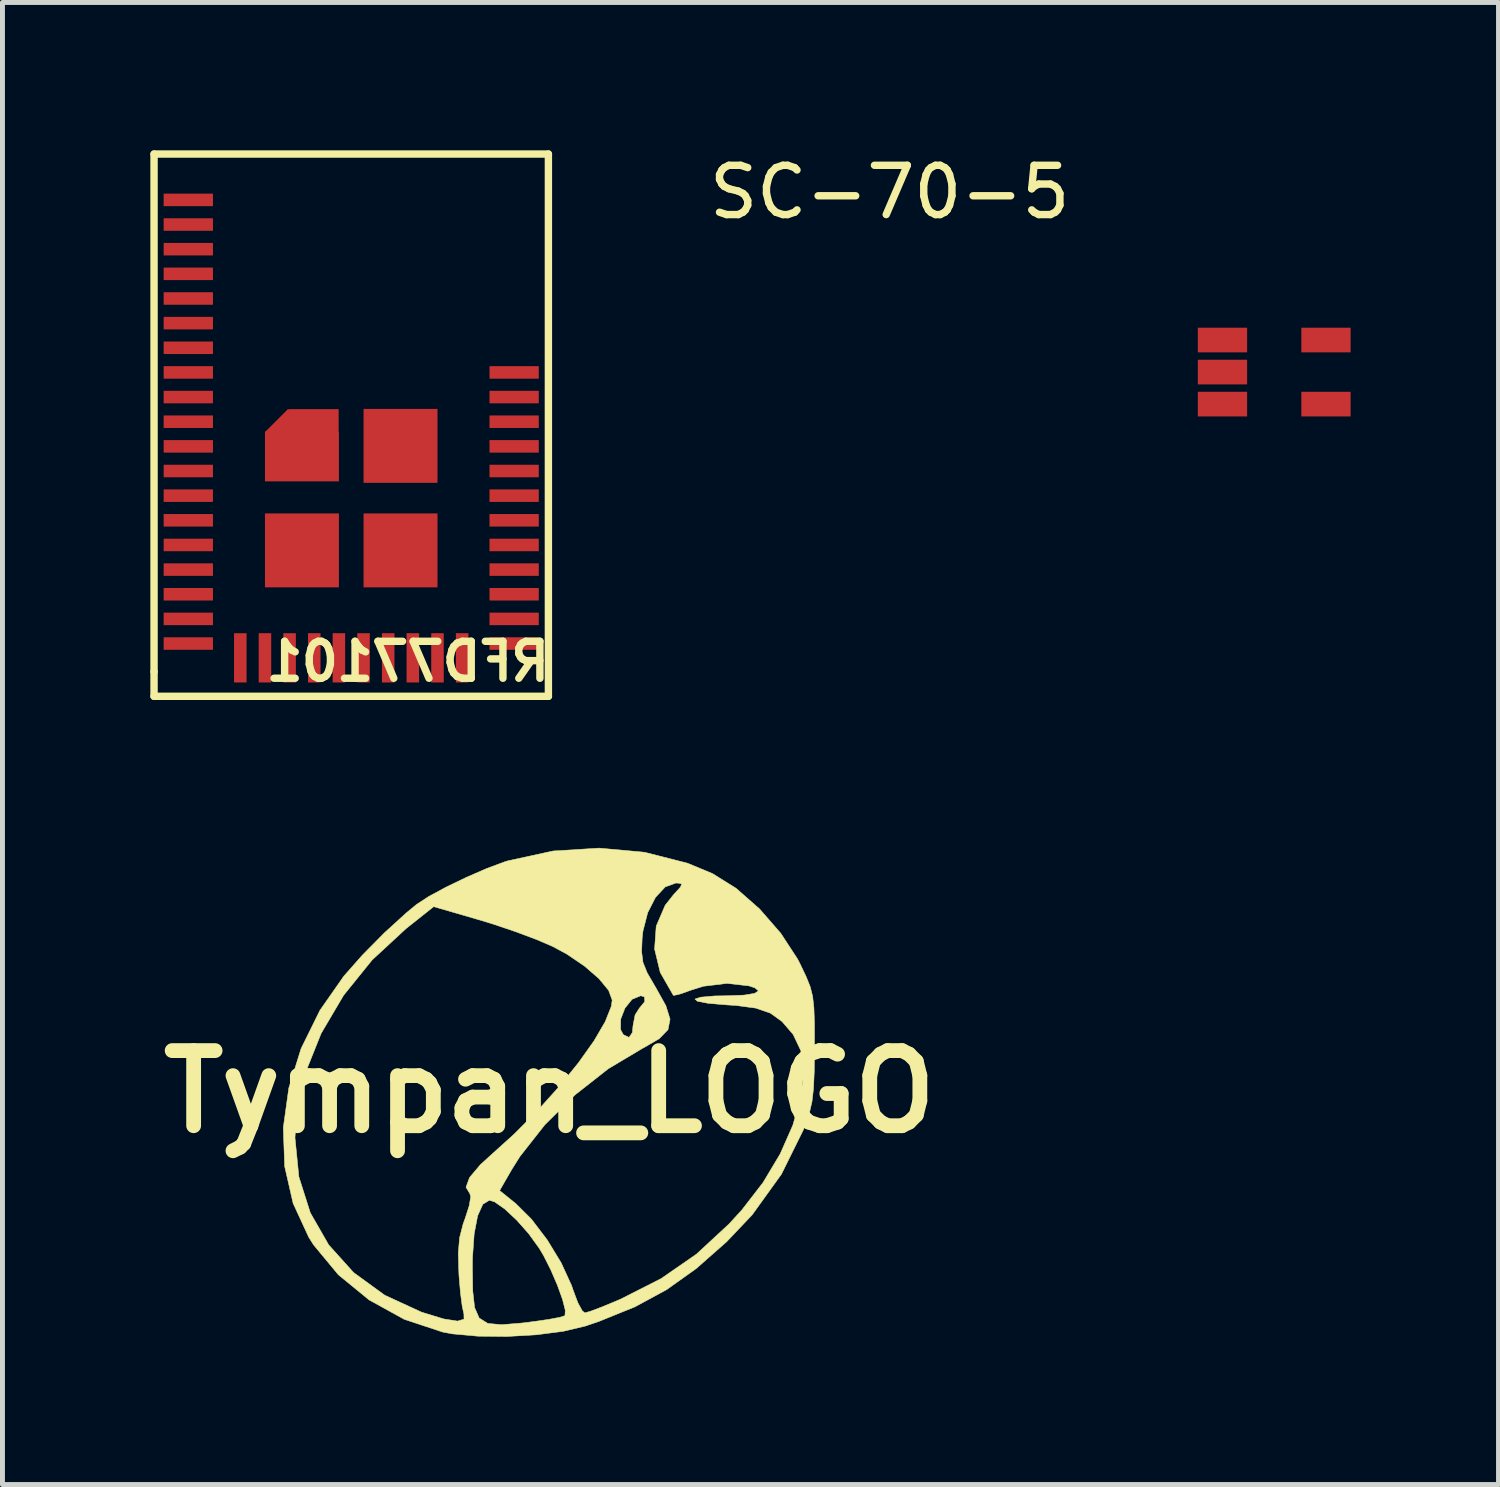
<source format=kicad_pcb>
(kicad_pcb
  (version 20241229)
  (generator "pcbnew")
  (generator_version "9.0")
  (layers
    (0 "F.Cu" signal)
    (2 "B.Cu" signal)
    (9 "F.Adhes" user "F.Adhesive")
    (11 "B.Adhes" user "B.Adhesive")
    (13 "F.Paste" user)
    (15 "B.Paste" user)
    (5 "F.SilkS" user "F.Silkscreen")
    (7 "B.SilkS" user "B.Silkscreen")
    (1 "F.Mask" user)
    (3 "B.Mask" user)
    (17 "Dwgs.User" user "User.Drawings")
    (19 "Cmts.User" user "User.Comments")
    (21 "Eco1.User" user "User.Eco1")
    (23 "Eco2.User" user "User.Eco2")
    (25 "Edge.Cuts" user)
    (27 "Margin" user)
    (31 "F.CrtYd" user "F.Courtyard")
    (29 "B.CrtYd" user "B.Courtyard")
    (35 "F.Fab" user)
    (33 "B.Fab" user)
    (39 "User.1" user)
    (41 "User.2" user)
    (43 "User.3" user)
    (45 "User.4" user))
  (footprint "RFD77101"
    (layer "F.Cu")
    (at 4.075 5.575)
    (property "Reference" "RFD77101" (at 1.149 4.795 0) (layer "F.SilkS") (effects (font (size 0.75 0.75) (thickness 0.15)) (justify mirror)))
    (attr through_hole)
    (fp_line (start -4 -5.5) (end 4 -5.5) (stroke (width 0.15) (type solid)) (layer "F.SilkS"))
    (fp_line (start -4 5) (end -4 -5.5) (stroke (width 0.15) (type solid)) (layer "F.SilkS"))
    (fp_line (start -4 5) (end -4 5.5) (stroke (width 0.15) (type solid)) (layer "F.SilkS"))
    (fp_line (start -4 5.5) (end 4 5.5) (stroke (width 0.15) (type solid)) (layer "F.SilkS"))
    (fp_line (start 4 5.5) (end 4 -5.5) (stroke (width 0.15) (type solid)) (layer "F.SilkS"))
    (pad "1" smd rect (at -3.305 -4.57) (size 1 0.254) (layers "F.Cu" "F.Mask" "F.Paste"))
    (pad "2" smd rect (at -3.305 -4.07) (size 1 0.254) (layers "F.Cu" "F.Mask" "F.Paste"))
    (pad "3" smd rect (at -3.305 -3.57) (size 1 0.254) (layers "F.Cu" "F.Mask" "F.Paste"))
    (pad "4" smd rect (at -3.305 -3.07) (size 1 0.254) (layers "F.Cu" "F.Mask" "F.Paste"))
    (pad "5" smd rect (at -3.305 -2.57) (size 1 0.254) (layers "F.Cu" "F.Mask" "F.Paste"))
    (pad "6" smd rect (at -3.305 -2.07) (size 1 0.254) (layers "F.Cu" "F.Mask" "F.Paste"))
    (pad "7" smd rect (at -3.305 -1.57) (size 1 0.254) (layers "F.Cu" "F.Mask" "F.Paste"))
    (pad "8" smd rect (at -3.305 -1.07) (size 1 0.254) (layers "F.Cu" "F.Mask" "F.Paste"))
    (pad "9" smd rect (at -3.305 -0.57) (size 1 0.254) (layers "F.Cu" "F.Mask" "F.Paste"))
    (pad "10" smd rect (at -3.305 -0.07) (size 1 0.254) (layers "F.Cu" "F.Mask" "F.Paste"))
    (pad "11" smd rect (at -3.305 0.43) (size 1 0.254) (layers "F.Cu" "F.Mask" "F.Paste"))
    (pad "12" smd rect (at -3.305 0.93) (size 1 0.254) (layers "F.Cu" "F.Mask" "F.Paste"))
    (pad "13" smd rect (at -3.305 1.43) (size 1 0.254) (layers "F.Cu" "F.Mask" "F.Paste"))
    (pad "14" smd rect (at -3.305 1.93) (size 1 0.254) (layers "F.Cu" "F.Mask" "F.Paste"))
    (pad "15" smd rect (at -3.305 2.43) (size 1 0.254) (layers "F.Cu" "F.Mask" "F.Paste"))
    (pad "16" smd rect (at -3.305 2.93) (size 1 0.254) (layers "F.Cu" "F.Mask" "F.Paste"))
    (pad "17" smd rect (at -3.305 3.43) (size 1 0.254) (layers "F.Cu" "F.Mask" "F.Paste"))
    (pad "18" smd rect (at -3.305 3.93) (size 1 0.254) (layers "F.Cu" "F.Mask" "F.Paste"))
    (pad "19" smd rect (at -3.305 4.43) (size 1 0.254) (layers "F.Cu" "F.Mask" "F.Paste"))
    (pad "20" smd rect (at -2.25 4.72) (size 0.254 1) (layers "F.Cu" "F.Mask" "F.Paste"))
    (pad "21" smd rect (at -1.75 4.72) (size 0.254 1) (layers "F.Cu" "F.Mask" "F.Paste"))
    (pad "22" smd rect (at -1.25 4.72) (size 0.254 1) (layers "F.Cu" "F.Mask" "F.Paste"))
    (pad "23" smd rect (at -0.75 4.72) (size 0.254 1) (layers "F.Cu" "F.Mask" "F.Paste"))
    (pad "24" smd rect (at -0.25 4.72) (size 0.254 1) (layers "F.Cu" "F.Mask" "F.Paste"))
    (pad "25" smd rect (at 0.25 4.72) (size 0.254 1) (layers "F.Cu" "F.Mask" "F.Paste"))
    (pad "26" smd rect (at 0.75 4.72) (size 0.254 1) (layers "F.Cu" "F.Mask" "F.Paste"))
    (pad "27" smd rect (at 1.25 4.72) (size 0.254 1) (layers "F.Cu" "F.Mask" "F.Paste"))
    (pad "28" smd rect (at 1.75 4.72) (size 0.254 1) (layers "F.Cu" "F.Mask" "F.Paste"))
    (pad "29" smd rect (at 2.25 4.72) (size 0.254 1) (layers "F.Cu" "F.Mask" "F.Paste"))
    (pad "30" smd rect (at 3.305 4.43) (size 1 0.254) (layers "F.Cu" "F.Mask" "F.Paste"))
    (pad "31" smd rect (at 3.305 3.93) (size 1 0.254) (layers "F.Cu" "F.Mask" "F.Paste"))
    (pad "32" smd rect (at 3.305 3.43) (size 1 0.254) (layers "F.Cu" "F.Mask" "F.Paste"))
    (pad "33" smd rect (at 3.305 2.93) (size 1 0.254) (layers "F.Cu" "F.Mask" "F.Paste"))
    (pad "34" smd rect (at 3.305 2.43) (size 1 0.254) (layers "F.Cu" "F.Mask" "F.Paste"))
    (pad "35" smd rect (at 3.305 1.93) (size 1 0.254) (layers "F.Cu" "F.Mask" "F.Paste"))
    (pad "36" smd rect (at 3.305 1.43) (size 1 0.254) (layers "F.Cu" "F.Mask" "F.Paste"))
    (pad "37" smd rect (at 3.305 0.93) (size 1 0.254) (layers "F.Cu" "F.Mask" "F.Paste"))
    (pad "38" smd rect (at 3.305 0.43) (size 1 0.254) (layers "F.Cu" "F.Mask" "F.Paste"))
    (pad "39" smd rect (at 3.305 -0.07) (size 1 0.254) (layers "F.Cu" "F.Mask" "F.Paste"))
    (pad "40" smd rect (at 3.305 -0.57) (size 1 0.254) (layers "F.Cu" "F.Mask" "F.Paste"))
    (pad "41" smd rect (at 3.305 -1.07) (size 1 0.254) (layers "F.Cu" "F.Mask" "F.Paste"))
    (pad "42" smd trapezoid (at -1.28 -0.09) (size 0.48 0.47) (rect_delta 0 0.47) (layers "F.Cu" "F.Mask" "F.Paste"))
    (pad "42" smd rect (at -1 0.635) (size 1.5 1.01) (layers "F.Cu" "F.Mask" "F.Paste"))
    (pad "42" smd rect (at -0.76 -0.08) (size 1.01 0.49) (layers "F.Cu" "F.Mask" "F.Paste"))
    (pad "43" smd rect (at -1 2.54) (size 1.5 1.5) (layers "F.Cu" "F.Mask" "F.Paste"))
    (pad "44" smd rect (at 1 2.54) (size 1.5 1.5) (layers "F.Cu" "F.Mask" "F.Paste"))
    (pad "45" smd rect (at 1 0.42) (size 1.5 1.5) (layers "F.Cu" "F.Mask" "F.Paste")))
  (footprint "SC-70-5"
    (layer "F.Cu")
    (at 21.749 3.848)
    (property "Reference" "SC-70-5" (at -6.75 -3 0) (layer "F.SilkS") (effects (font (size 1 1) (thickness 0.15))))
    (attr through_hole)
    (pad "1" smd rect (at 0 0) (size 1 0.5) (layers "F.Cu" "F.Mask" "F.Paste"))
    (pad "2" smd rect (at 0 0.65) (size 1 0.5) (layers "F.Cu" "F.Mask" "F.Paste"))
    (pad "3" smd rect (at 0 1.3) (size 1 0.5) (layers "F.Cu" "F.Mask" "F.Paste"))
    (pad "4" smd rect (at 2.1 1.3) (size 1 0.5) (layers "F.Cu" "F.Mask" "F.Paste"))
    (pad "5" smd rect (at 2.1 0) (size 1 0.5) (layers "F.Cu" "F.Mask" "F.Paste")))
  (footprint "Tympan_LOGO"
    (layer "F.Cu")
    (at 8.099 19.097)
    (property "Reference" "Tympan_LOGO" (at 0 0 0) (layer "F.SilkS") (effects (font (size 1.524 1.524) (thickness 0.3))))
    (attr through_hole)
    (fp_poly (pts (xy 1.927 -4.858) (xy 2.798 -4.636) (xy 3.302 -4.427) (xy 3.782 -4.128) (xy 4.259 -3.709) (xy 4.689 -3.215) (xy 5.031 -2.692) (xy 5.087 -2.582) (xy 5.205 -2.334) (xy 5.286 -2.132) (xy 5.336 -1.935) (xy 5.362 -1.701) (xy 5.373 -1.387) (xy 5.374 -0.95) (xy 5.374 -0.889) (xy 5.369 -0.415) (xy 5.354 -0.066) (xy 5.323 0.202) (xy 5.269 0.434) (xy 5.187 0.675) (xy 5.148 0.773) (xy 4.703 1.673) (xy 4.11 2.497) (xy 3.592 3.043) (xy 2.974 3.588) (xy 2.373 4.016) (xy 1.733 4.363) (xy 1 4.66) (xy 0.72 4.755) (xy 0.277 4.86) (xy -0.272 4.931) (xy -0.87 4.965) (xy -1.455 4.959) (xy -1.97 4.912) (xy -2.17 4.875) (xy -2.948 4.617) (xy -3.662 4.223) (xy -4.285 3.713) (xy -4.789 3.105) (xy -4.886 2.951) (xy -5.203 2.263) (xy -5.374 1.515) (xy -5.395 0.934) (xy -5.165 0.934) (xy -5.086 1.727) (xy -4.854 2.456) (xy -4.481 3.107) (xy -3.975 3.669) (xy -3.345 4.127) (xy -2.601 4.47) (xy -2.573 4.479) (xy -2.148 4.609) (xy -1.869 4.653) (xy -1.736 4.614) (xy -1.738 4.508) (xy -1.772 4.356) (xy -1.807 4.088) (xy -1.836 3.755) (xy -1.84 3.683) (xy -1.844 3.556) (xy -1.566 3.556) (xy -1.559 4.041) (xy -1.521 4.379) (xy -1.428 4.591) (xy -1.254 4.7) (xy -0.976 4.726) (xy -0.568 4.693) (xy -0.311 4.661) (xy -0.015 4.618) (xy 0.208 4.576) (xy 0.311 4.543) (xy 0.312 4.543) (xy 0.318 4.431) (xy 0.262 4.212) (xy 0.159 3.926) (xy 0.025 3.615) (xy -0.124 3.32) (xy -0.21 3.175) (xy -0.423 2.881) (xy -0.668 2.604) (xy -0.91 2.378) (xy -1.116 2.234) (xy -1.22 2.201) (xy -1.354 2.282) (xy -1.459 2.515) (xy -1.53 2.883) (xy -1.564 3.37) (xy -1.566 3.556) (xy -1.844 3.556) (xy -1.852 3.275) (xy -1.826 2.963) (xy -1.753 2.679) (xy -1.71 2.561) (xy -1.63 2.311) (xy -1.6 2.13) (xy -1.617 2.069) (xy -1.655 2.005) (xy -1.014 2.005) (xy -0.686 2.269) (xy -0.368 2.585) (xy -0.047 3.007) (xy 0.237 3.474) (xy 0.445 3.929) (xy 0.479 4.028) (xy 0.572 4.277) (xy 0.662 4.443) (xy 0.714 4.486) (xy 0.829 4.454) (xy 1.056 4.368) (xy 1.351 4.246) (xy 1.442 4.207) (xy 2.262 3.791) (xy 2.979 3.295) (xy 3.641 2.682) (xy 3.902 2.397) (xy 4.331 1.841) (xy 4.678 1.261) (xy 4.934 0.681) (xy 5.095 0.123) (xy 5.152 -0.389) (xy 5.098 -0.831) (xy 4.941 -1.162) (xy 4.717 -1.423) (xy 4.48 -1.594) (xy 4.185 -1.696) (xy 3.785 -1.75) (xy 3.602 -1.761) (xy 3.217 -1.794) (xy 2.999 -1.836) (xy 2.949 -1.88) (xy 3.066 -1.918) (xy 3.35 -1.943) (xy 3.603 -1.947) (xy 3.944 -1.96) (xy 4.159 -1.995) (xy 4.237 -2.046) (xy 4.165 -2.108) (xy 4.043 -2.148) (xy 3.598 -2.198) (xy 3.122 -2.14) (xy 2.877 -2.064) (xy 2.664 -1.987) (xy 2.529 -1.955) (xy 2.509 -1.958) (xy 2.245 -2.419) (xy 2.13 -2.895) (xy 2.163 -3.359) (xy 2.345 -3.783) (xy 2.512 -3.994) (xy 2.653 -4.148) (xy 2.681 -4.216) (xy 2.604 -4.233) (xy 2.56 -4.233) (xy 2.346 -4.155) (xy 2.148 -3.942) (xy 1.99 -3.632) (xy 1.894 -3.259) (xy 1.878 -3.122) (xy 1.867 -2.839) (xy 1.894 -2.626) (xy 1.979 -2.414) (xy 2.14 -2.136) (xy 2.154 -2.113) (xy 2.359 -1.745) (xy 2.444 -1.471) (xy 2.402 -1.259) (xy 2.226 -1.077) (xy 1.91 -0.893) (xy 1.891 -0.884) (xy 1.192 -0.467) (xy 0.516 0.064) (xy -0.096 0.67) (xy -0.601 1.312) (xy -0.769 1.58) (xy -1.014 2.005) (xy -1.655 2.005) (xy -1.696 1.938) (xy -1.624 1.741) (xy -1.406 1.482) (xy -1.208 1.301) (xy -0.713 0.854) (xy -0.238 0.376) (xy 0.201 -0.112) (xy 0.586 -0.588) (xy 0.901 -1.031) (xy 1.034 -1.259) (xy 1.44 -1.259) (xy 1.496 -1.157) (xy 1.612 -1.102) (xy 1.68 -1.202) (xy 1.693 -1.344) (xy 1.735 -1.559) (xy 1.82 -1.693) (xy 1.932 -1.83) (xy 1.923 -1.926) (xy 1.848 -1.947) (xy 1.673 -1.875) (xy 1.529 -1.696) (xy 1.442 -1.471) (xy 1.44 -1.259) (xy 1.034 -1.259) (xy 1.128 -1.42) (xy 1.252 -1.732) (xy 1.27 -1.859) (xy 1.198 -2.056) (xy 1.001 -2.295) (xy 0.709 -2.548) (xy 0.353 -2.79) (xy 0.067 -2.945) (xy -0.258 -3.085) (xy -0.682 -3.244) (xy -1.14 -3.399) (xy -1.422 -3.485) (xy -2.351 -3.755) (xy -2.917 -3.305) (xy -3.601 -2.672) (xy -4.178 -1.957) (xy -4.634 -1.184) (xy -4.957 -0.377) (xy -5.134 0.44) (xy -5.165 0.934) (xy -5.395 0.934) (xy -5.402 0.729) (xy -5.29 -0.075) (xy -5.041 -0.876) (xy -4.658 -1.652) (xy -4.174 -2.345) (xy -3.797 -2.772) (xy -3.354 -3.22) (xy -2.909 -3.626) (xy -2.699 -3.799) (xy -2.453 -3.96) (xy -2.099 -4.151) (xy -1.689 -4.349) (xy -1.275 -4.529) (xy -0.909 -4.665) (xy -0.847 -4.684) (xy 0.072 -4.884) (xy 1.007 -4.942) (xy 1.927 -4.858)) (stroke (width 0.01) (type solid)) (fill yes) (layer "F.SilkS")))
  (gr_rect
    (start -3 -3)
    (end 27.349 27.066)
    (stroke (width 0.1) (type default))
    (fill no)
    (layer "Edge.Cuts")))
</source>
